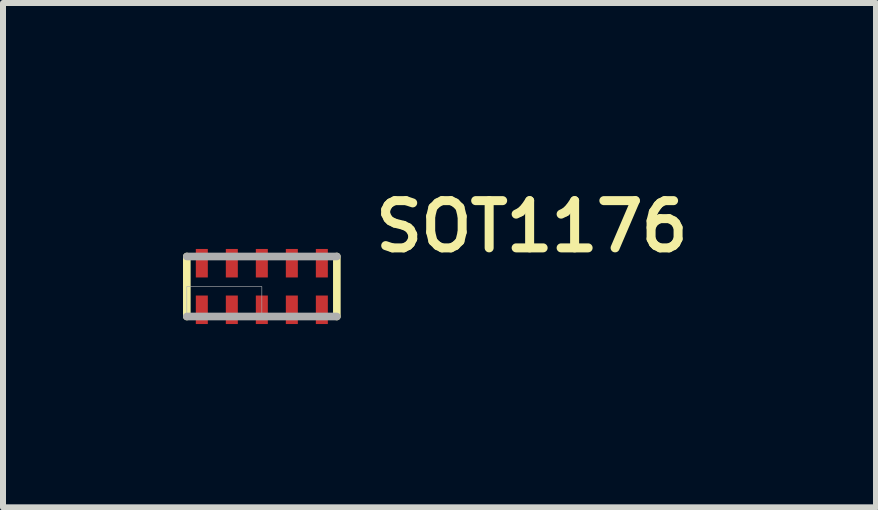
<source format=kicad_pcb>
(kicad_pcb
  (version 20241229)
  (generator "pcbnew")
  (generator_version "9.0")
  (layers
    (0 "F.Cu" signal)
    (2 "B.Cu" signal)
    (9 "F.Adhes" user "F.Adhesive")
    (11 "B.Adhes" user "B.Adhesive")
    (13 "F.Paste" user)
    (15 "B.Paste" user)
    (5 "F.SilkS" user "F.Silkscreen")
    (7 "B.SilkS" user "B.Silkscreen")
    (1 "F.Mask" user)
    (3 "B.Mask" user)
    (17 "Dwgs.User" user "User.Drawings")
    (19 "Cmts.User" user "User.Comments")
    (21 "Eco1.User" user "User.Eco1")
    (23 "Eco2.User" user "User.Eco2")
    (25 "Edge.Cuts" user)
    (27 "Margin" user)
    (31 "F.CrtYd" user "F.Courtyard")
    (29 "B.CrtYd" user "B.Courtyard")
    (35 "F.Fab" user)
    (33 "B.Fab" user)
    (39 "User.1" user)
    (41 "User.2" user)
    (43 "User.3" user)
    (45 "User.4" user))
  (footprint "SOT1176"
    (layer "F.Cu")
    (at 1.313 1.724)
    (property "Reference" "SOT1176" (at 4.5 -1 0) (layer "F.SilkS") (effects (font (size 0.787 0.787) (thickness 0.15))))
    (attr through_hole)
    (fp_poly (pts (xy -1.15 -0.675) (xy -0.85 -0.675) (xy -0.85 -0.1) (xy -1.15 -0.1)) (stroke (width 0.01) (type solid)) (fill yes) (layer "F.Mask"))
    (fp_poly (pts (xy -1.15 0.1) (xy -0.85 0.1) (xy -0.85 0.675) (xy -1.15 0.675)) (stroke (width 0.01) (type solid)) (fill yes) (layer "F.Mask"))
    (fp_poly (pts (xy -0.65 -0.675) (xy -0.35 -0.675) (xy -0.35 -0.1) (xy -0.65 -0.1)) (stroke (width 0.01) (type solid)) (fill yes) (layer "F.Mask"))
    (fp_poly (pts (xy -0.65 0.1) (xy -0.35 0.1) (xy -0.35 0.675) (xy -0.65 0.675)) (stroke (width 0.01) (type solid)) (fill yes) (layer "F.Mask"))
    (fp_poly (pts (xy -0.15 -0.675) (xy 0.15 -0.675) (xy 0.15 -0.1) (xy -0.15 -0.1)) (stroke (width 0.01) (type solid)) (fill yes) (layer "F.Mask"))
    (fp_poly (pts (xy -0.15 0.1) (xy 0.15 0.1) (xy 0.15 0.675) (xy -0.15 0.675)) (stroke (width 0.01) (type solid)) (fill yes) (layer "F.Mask"))
    (fp_poly (pts (xy 0.35 -0.675) (xy 0.65 -0.675) (xy 0.65 -0.1) (xy 0.35 -0.1)) (stroke (width 0.01) (type solid)) (fill yes) (layer "F.Mask"))
    (fp_poly (pts (xy 0.35 0.1) (xy 0.65 0.1) (xy 0.65 0.675) (xy 0.35 0.675)) (stroke (width 0.01) (type solid)) (fill yes) (layer "F.Mask"))
    (fp_poly (pts (xy 0.85 -0.675) (xy 1.15 -0.675) (xy 1.15 -0.1) (xy 0.85 -0.1)) (stroke (width 0.01) (type solid)) (fill yes) (layer "F.Mask"))
    (fp_poly (pts (xy 0.85 0.1) (xy 1.15 0.1) (xy 1.15 0.675) (xy 0.85 0.675)) (stroke (width 0.01) (type solid)) (fill yes) (layer "F.Mask"))
    (fp_line (start -1.25 0.5) (end -1.25 -0.5) (stroke (width 0.127) (type solid)) (layer "F.SilkS"))
    (fp_line (start 1.25 -0.5) (end 1.25 0.5) (stroke (width 0.127) (type solid)) (layer "F.SilkS"))
    (fp_line (start -1.25 -0.5) (end 1.25 -0.5) (stroke (width 0.127) (type solid)) (layer "F.Fab"))
    (fp_line (start 1.25 0.5) (end -1.25 0.5) (stroke (width 0.127) (type solid)) (layer "F.Fab"))
    (fp_poly (pts (xy -1.25 0) (xy 0 0) (xy 0 0.5) (xy -1.25 0.5)) (stroke (width 0.01) (type solid)) (fill no) (layer "F.Fab"))
    (pad "1" smd rect (at -1 0.388) (size 0.2 0.475) (layers "F.Cu" "F.Paste"))
    (pad "2" smd rect (at -0.5 0.388) (size 0.2 0.475) (layers "F.Cu" "F.Paste"))
    (pad "3" smd rect (at 0 0.388) (size 0.2 0.475) (layers "F.Cu" "F.Paste"))
    (pad "4" smd rect (at 0.5 0.388) (size 0.2 0.475) (layers "F.Cu" "F.Paste"))
    (pad "5" smd rect (at 1 0.388) (size 0.2 0.475) (layers "F.Cu" "F.Paste"))
    (pad "6" smd rect (at 1 -0.388) (size 0.2 0.475) (layers "F.Cu" "F.Paste"))
    (pad "7" smd rect (at 0.5 -0.388) (size 0.2 0.475) (layers "F.Cu" "F.Paste"))
    (pad "8" smd rect (at 0 -0.388) (size 0.2 0.475) (layers "F.Cu" "F.Paste"))
    (pad "9" smd rect (at -0.5 -0.388) (size 0.2 0.475) (layers "F.Cu" "F.Paste"))
    (pad "10" smd rect (at -1 -0.388) (size 0.2 0.475) (layers "F.Cu" "F.Paste")))
  (gr_rect
    (start -3 -3)
    (end 11.547 5.404)
    (stroke (width 0.1) (type default))
    (fill no)
    (layer "Edge.Cuts")))
</source>
